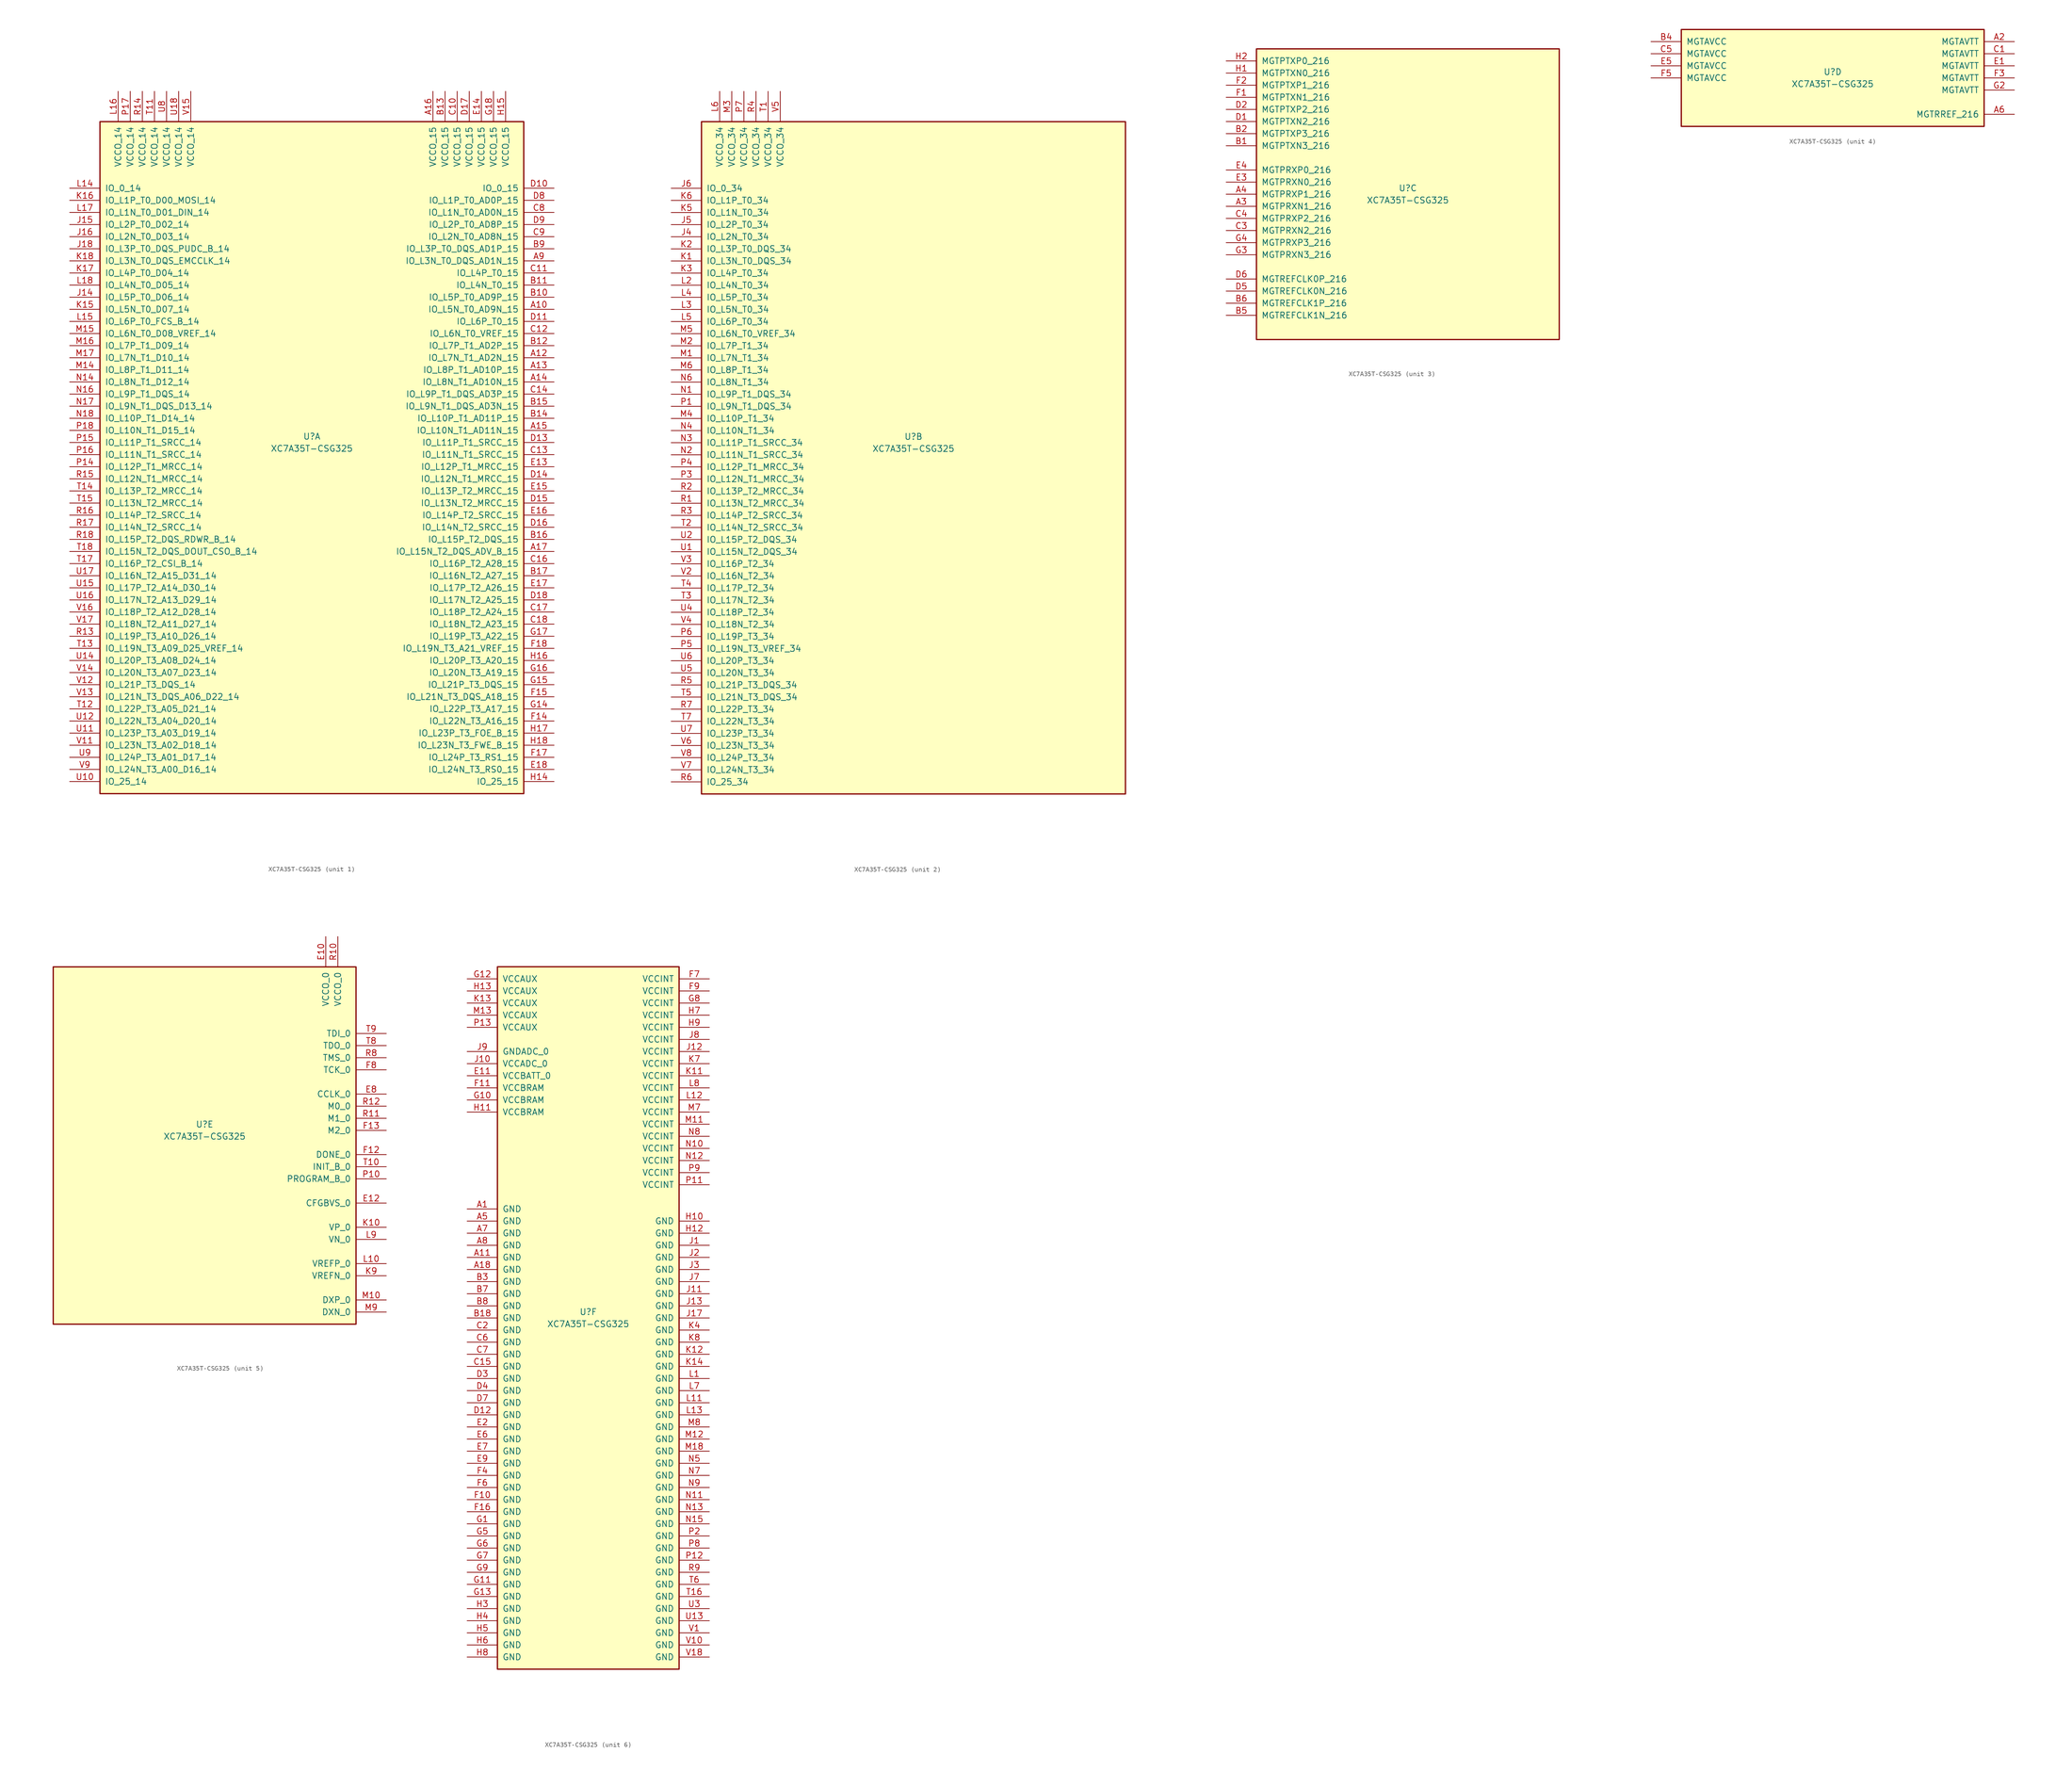
<source format=kicad_sym>
(kicad_symbol_lib
  (version 20201005)
  (generator kicad_symbol_editor)
  (symbol "FPGA_Xilinx_Artix7:XC7A35T-CSG325"
    (pin_names
      (offset 1.016))
    (property "Reference" "U"
      (at 0 1.27 0)
      (effects (font (size 1.27 1.27))))
    (property "Value" "XC7A35T-CSG325"
      (at 0 -1.27 0)
      (effects (font (size 1.27 1.27))))
    (property "Datasheet" ""
      (at 0 0 0)
      (effects (font (size 1.27 1.27))))
    (property "ki_locked" ""
      (at 0 0 0)
      (effects (font (size 1.27 1.27))))
    (symbol "XC7A35T-CSG325_1_1"
      (rectangle (start -44.45 67.31) (end 44.45 -73.66) (stroke (width 0.254)) (fill (type background)))
      (pin power_in line (at -40.64 73.66 270) (length 6.35) (name "VCCO_14" (effects (font (size 1.27 1.27)))) (number "L16" (effects (font (size 1.27 1.27)))))
      (pin power_in line (at -38.1 73.66 270) (length 6.35) (name "VCCO_14" (effects (font (size 1.27 1.27)))) (number "P17" (effects (font (size 1.27 1.27)))))
      (pin power_in line (at -35.56 73.66 270) (length 6.35) (name "VCCO_14" (effects (font (size 1.27 1.27)))) (number "R14" (effects (font (size 1.27 1.27)))))
      (pin power_in line (at -33.02 73.66 270) (length 6.35) (name "VCCO_14" (effects (font (size 1.27 1.27)))) (number "T11" (effects (font (size 1.27 1.27)))))
      (pin power_in line (at -30.48 73.66 270) (length 6.35) (name "VCCO_14" (effects (font (size 1.27 1.27)))) (number "U8" (effects (font (size 1.27 1.27)))))
      (pin power_in line (at -27.94 73.66 270) (length 6.35) (name "VCCO_14" (effects (font (size 1.27 1.27)))) (number "U18" (effects (font (size 1.27 1.27)))))
      (pin power_in line (at -25.4 73.66 270) (length 6.35) (name "VCCO_14" (effects (font (size 1.27 1.27)))) (number "V15" (effects (font (size 1.27 1.27)))))
      (pin bidirectional line (at -50.8 53.34 0) (length 6.35) (name "IO_0_14" (effects (font (size 1.27 1.27)))) (number "L14" (effects (font (size 1.27 1.27)))))
      (pin bidirectional line (at -50.8 50.8 0) (length 6.35) (name "IO_L1P_T0_D00_MOSI_14" (effects (font (size 1.27 1.27)))) (number "K16" (effects (font (size 1.27 1.27)))))
      (pin bidirectional line (at -50.8 48.26 0) (length 6.35) (name "IO_L1N_T0_D01_DIN_14" (effects (font (size 1.27 1.27)))) (number "L17" (effects (font (size 1.27 1.27)))))
      (pin bidirectional line (at -50.8 45.72 0) (length 6.35) (name "IO_L2P_T0_D02_14" (effects (font (size 1.27 1.27)))) (number "J15" (effects (font (size 1.27 1.27)))))
      (pin bidirectional line (at -50.8 43.18 0) (length 6.35) (name "IO_L2N_T0_D03_14" (effects (font (size 1.27 1.27)))) (number "J16" (effects (font (size 1.27 1.27)))))
      (pin bidirectional line (at -50.8 40.64 0) (length 6.35) (name "IO_L3P_T0_DQS_PUDC_B_14" (effects (font (size 1.27 1.27)))) (number "J18" (effects (font (size 1.27 1.27)))))
      (pin bidirectional line (at -50.8 38.1 0) (length 6.35) (name "IO_L3N_T0_DQS_EMCCLK_14" (effects (font (size 1.27 1.27)))) (number "K18" (effects (font (size 1.27 1.27)))))
      (pin bidirectional line (at -50.8 35.56 0) (length 6.35) (name "IO_L4P_T0_D04_14" (effects (font (size 1.27 1.27)))) (number "K17" (effects (font (size 1.27 1.27)))))
      (pin bidirectional line (at -50.8 33.02 0) (length 6.35) (name "IO_L4N_T0_D05_14" (effects (font (size 1.27 1.27)))) (number "L18" (effects (font (size 1.27 1.27)))))
      (pin bidirectional line (at -50.8 30.48 0) (length 6.35) (name "IO_L5P_T0_D06_14" (effects (font (size 1.27 1.27)))) (number "J14" (effects (font (size 1.27 1.27)))))
      (pin bidirectional line (at -50.8 27.94 0) (length 6.35) (name "IO_L5N_T0_D07_14" (effects (font (size 1.27 1.27)))) (number "K15" (effects (font (size 1.27 1.27)))))
      (pin bidirectional line (at -50.8 25.4 0) (length 6.35) (name "IO_L6P_T0_FCS_B_14" (effects (font (size 1.27 1.27)))) (number "L15" (effects (font (size 1.27 1.27)))))
      (pin bidirectional line (at -50.8 22.86 0) (length 6.35) (name "IO_L6N_T0_D08_VREF_14" (effects (font (size 1.27 1.27)))) (number "M15" (effects (font (size 1.27 1.27)))))
      (pin bidirectional line (at -50.8 20.32 0) (length 6.35) (name "IO_L7P_T1_D09_14" (effects (font (size 1.27 1.27)))) (number "M16" (effects (font (size 1.27 1.27)))))
      (pin bidirectional line (at -50.8 17.78 0) (length 6.35) (name "IO_L7N_T1_D10_14" (effects (font (size 1.27 1.27)))) (number "M17" (effects (font (size 1.27 1.27)))))
      (pin bidirectional line (at -50.8 15.24 0) (length 6.35) (name "IO_L8P_T1_D11_14" (effects (font (size 1.27 1.27)))) (number "M14" (effects (font (size 1.27 1.27)))))
      (pin bidirectional line (at -50.8 12.7 0) (length 6.35) (name "IO_L8N_T1_D12_14" (effects (font (size 1.27 1.27)))) (number "N14" (effects (font (size 1.27 1.27)))))
      (pin bidirectional line (at -50.8 10.16 0) (length 6.35) (name "IO_L9P_T1_DQS_14" (effects (font (size 1.27 1.27)))) (number "N16" (effects (font (size 1.27 1.27)))))
      (pin bidirectional line (at -50.8 7.62 0) (length 6.35) (name "IO_L9N_T1_DQS_D13_14" (effects (font (size 1.27 1.27)))) (number "N17" (effects (font (size 1.27 1.27)))))
      (pin bidirectional line (at -50.8 5.08 0) (length 6.35) (name "IO_L10P_T1_D14_14" (effects (font (size 1.27 1.27)))) (number "N18" (effects (font (size 1.27 1.27)))))
      (pin bidirectional line (at -50.8 2.54 0) (length 6.35) (name "IO_L10N_T1_D15_14" (effects (font (size 1.27 1.27)))) (number "P18" (effects (font (size 1.27 1.27)))))
      (pin bidirectional line (at -50.8 0 0) (length 6.35) (name "IO_L11P_T1_SRCC_14" (effects (font (size 1.27 1.27)))) (number "P15" (effects (font (size 1.27 1.27)))))
      (pin bidirectional line (at -50.8 -2.54 0) (length 6.35) (name "IO_L11N_T1_SRCC_14" (effects (font (size 1.27 1.27)))) (number "P16" (effects (font (size 1.27 1.27)))))
      (pin bidirectional line (at -50.8 -5.08 0) (length 6.35) (name "IO_L12P_T1_MRCC_14" (effects (font (size 1.27 1.27)))) (number "P14" (effects (font (size 1.27 1.27)))))
      (pin bidirectional line (at -50.8 -7.62 0) (length 6.35) (name "IO_L12N_T1_MRCC_14" (effects (font (size 1.27 1.27)))) (number "R15" (effects (font (size 1.27 1.27)))))
      (pin bidirectional line (at -50.8 -10.16 0) (length 6.35) (name "IO_L13P_T2_MRCC_14" (effects (font (size 1.27 1.27)))) (number "T14" (effects (font (size 1.27 1.27)))))
      (pin bidirectional line (at -50.8 -12.7 0) (length 6.35) (name "IO_L13N_T2_MRCC_14" (effects (font (size 1.27 1.27)))) (number "T15" (effects (font (size 1.27 1.27)))))
      (pin bidirectional line (at -50.8 -15.24 0) (length 6.35) (name "IO_L14P_T2_SRCC_14" (effects (font (size 1.27 1.27)))) (number "R16" (effects (font (size 1.27 1.27)))))
      (pin bidirectional line (at -50.8 -17.78 0) (length 6.35) (name "IO_L14N_T2_SRCC_14" (effects (font (size 1.27 1.27)))) (number "R17" (effects (font (size 1.27 1.27)))))
      (pin bidirectional line (at -50.8 -20.32 0) (length 6.35) (name "IO_L15P_T2_DQS_RDWR_B_14" (effects (font (size 1.27 1.27)))) (number "R18" (effects (font (size 1.27 1.27)))))
      (pin bidirectional line (at -50.8 -22.86 0) (length 6.35) (name "IO_L15N_T2_DQS_DOUT_CSO_B_14" (effects (font (size 1.27 1.27)))) (number "T18" (effects (font (size 1.27 1.27)))))
      (pin bidirectional line (at -50.8 -25.4 0) (length 6.35) (name "IO_L16P_T2_CSI_B_14" (effects (font (size 1.27 1.27)))) (number "T17" (effects (font (size 1.27 1.27)))))
      (pin bidirectional line (at -50.8 -27.94 0) (length 6.35) (name "IO_L16N_T2_A15_D31_14" (effects (font (size 1.27 1.27)))) (number "U17" (effects (font (size 1.27 1.27)))))
      (pin bidirectional line (at -50.8 -30.48 0) (length 6.35) (name "IO_L17P_T2_A14_D30_14" (effects (font (size 1.27 1.27)))) (number "U15" (effects (font (size 1.27 1.27)))))
      (pin bidirectional line (at -50.8 -33.02 0) (length 6.35) (name "IO_L17N_T2_A13_D29_14" (effects (font (size 1.27 1.27)))) (number "U16" (effects (font (size 1.27 1.27)))))
      (pin bidirectional line (at -50.8 -35.56 0) (length 6.35) (name "IO_L18P_T2_A12_D28_14" (effects (font (size 1.27 1.27)))) (number "V16" (effects (font (size 1.27 1.27)))))
      (pin bidirectional line (at -50.8 -38.1 0) (length 6.35) (name "IO_L18N_T2_A11_D27_14" (effects (font (size 1.27 1.27)))) (number "V17" (effects (font (size 1.27 1.27)))))
      (pin bidirectional line (at -50.8 -40.64 0) (length 6.35) (name "IO_L19P_T3_A10_D26_14" (effects (font (size 1.27 1.27)))) (number "R13" (effects (font (size 1.27 1.27)))))
      (pin bidirectional line (at -50.8 -43.18 0) (length 6.35) (name "IO_L19N_T3_A09_D25_VREF_14" (effects (font (size 1.27 1.27)))) (number "T13" (effects (font (size 1.27 1.27)))))
      (pin bidirectional line (at -50.8 -45.72 0) (length 6.35) (name "IO_L20P_T3_A08_D24_14" (effects (font (size 1.27 1.27)))) (number "U14" (effects (font (size 1.27 1.27)))))
      (pin bidirectional line (at -50.8 -48.26 0) (length 6.35) (name "IO_L20N_T3_A07_D23_14" (effects (font (size 1.27 1.27)))) (number "V14" (effects (font (size 1.27 1.27)))))
      (pin bidirectional line (at -50.8 -50.8 0) (length 6.35) (name "IO_L21P_T3_DQS_14" (effects (font (size 1.27 1.27)))) (number "V12" (effects (font (size 1.27 1.27)))))
      (pin bidirectional line (at -50.8 -53.34 0) (length 6.35) (name "IO_L21N_T3_DQS_A06_D22_14" (effects (font (size 1.27 1.27)))) (number "V13" (effects (font (size 1.27 1.27)))))
      (pin bidirectional line (at -50.8 -55.88 0) (length 6.35) (name "IO_L22P_T3_A05_D21_14" (effects (font (size 1.27 1.27)))) (number "T12" (effects (font (size 1.27 1.27)))))
      (pin bidirectional line (at -50.8 -58.42 0) (length 6.35) (name "IO_L22N_T3_A04_D20_14" (effects (font (size 1.27 1.27)))) (number "U12" (effects (font (size 1.27 1.27)))))
      (pin bidirectional line (at -50.8 -60.96 0) (length 6.35) (name "IO_L23P_T3_A03_D19_14" (effects (font (size 1.27 1.27)))) (number "U11" (effects (font (size 1.27 1.27)))))
      (pin bidirectional line (at -50.8 -63.5 0) (length 6.35) (name "IO_L23N_T3_A02_D18_14" (effects (font (size 1.27 1.27)))) (number "V11" (effects (font (size 1.27 1.27)))))
      (pin bidirectional line (at -50.8 -66.04 0) (length 6.35) (name "IO_L24P_T3_A01_D17_14" (effects (font (size 1.27 1.27)))) (number "U9" (effects (font (size 1.27 1.27)))))
      (pin bidirectional line (at -50.8 -68.58 0) (length 6.35) (name "IO_L24N_T3_A00_D16_14" (effects (font (size 1.27 1.27)))) (number "V9" (effects (font (size 1.27 1.27)))))
      (pin bidirectional line (at -50.8 -71.12 0) (length 6.35) (name "IO_25_14" (effects (font (size 1.27 1.27)))) (number "U10" (effects (font (size 1.27 1.27)))))
      (pin power_in line (at 25.4 73.66 270) (length 6.35) (name "VCCO_15" (effects (font (size 1.27 1.27)))) (number "A16" (effects (font (size 1.27 1.27)))))
      (pin power_in line (at 27.94 73.66 270) (length 6.35) (name "VCCO_15" (effects (font (size 1.27 1.27)))) (number "B13" (effects (font (size 1.27 1.27)))))
      (pin power_in line (at 30.48 73.66 270) (length 6.35) (name "VCCO_15" (effects (font (size 1.27 1.27)))) (number "C10" (effects (font (size 1.27 1.27)))))
      (pin power_in line (at 33.02 73.66 270) (length 6.35) (name "VCCO_15" (effects (font (size 1.27 1.27)))) (number "D17" (effects (font (size 1.27 1.27)))))
      (pin power_in line (at 35.56 73.66 270) (length 6.35) (name "VCCO_15" (effects (font (size 1.27 1.27)))) (number "E14" (effects (font (size 1.27 1.27)))))
      (pin power_in line (at 38.1 73.66 270) (length 6.35) (name "VCCO_15" (effects (font (size 1.27 1.27)))) (number "G18" (effects (font (size 1.27 1.27)))))
      (pin power_in line (at 40.64 73.66 270) (length 6.35) (name "VCCO_15" (effects (font (size 1.27 1.27)))) (number "H15" (effects (font (size 1.27 1.27)))))
      (pin bidirectional line (at 50.8 53.34 180) (length 6.35) (name "IO_0_15" (effects (font (size 1.27 1.27)))) (number "D10" (effects (font (size 1.27 1.27)))))
      (pin bidirectional line (at 50.8 50.8 180) (length 6.35) (name "IO_L1P_T0_AD0P_15" (effects (font (size 1.27 1.27)))) (number "D8" (effects (font (size 1.27 1.27)))))
      (pin bidirectional line (at 50.8 48.26 180) (length 6.35) (name "IO_L1N_T0_AD0N_15" (effects (font (size 1.27 1.27)))) (number "C8" (effects (font (size 1.27 1.27)))))
      (pin bidirectional line (at 50.8 45.72 180) (length 6.35) (name "IO_L2P_T0_AD8P_15" (effects (font (size 1.27 1.27)))) (number "D9" (effects (font (size 1.27 1.27)))))
      (pin bidirectional line (at 50.8 43.18 180) (length 6.35) (name "IO_L2N_T0_AD8N_15" (effects (font (size 1.27 1.27)))) (number "C9" (effects (font (size 1.27 1.27)))))
      (pin bidirectional line (at 50.8 40.64 180) (length 6.35) (name "IO_L3P_T0_DQS_AD1P_15" (effects (font (size 1.27 1.27)))) (number "B9" (effects (font (size 1.27 1.27)))))
      (pin bidirectional line (at 50.8 38.1 180) (length 6.35) (name "IO_L3N_T0_DQS_AD1N_15" (effects (font (size 1.27 1.27)))) (number "A9" (effects (font (size 1.27 1.27)))))
      (pin bidirectional line (at 50.8 35.56 180) (length 6.35) (name "IO_L4P_T0_15" (effects (font (size 1.27 1.27)))) (number "C11" (effects (font (size 1.27 1.27)))))
      (pin bidirectional line (at 50.8 33.02 180) (length 6.35) (name "IO_L4N_T0_15" (effects (font (size 1.27 1.27)))) (number "B11" (effects (font (size 1.27 1.27)))))
      (pin bidirectional line (at 50.8 30.48 180) (length 6.35) (name "IO_L5P_T0_AD9P_15" (effects (font (size 1.27 1.27)))) (number "B10" (effects (font (size 1.27 1.27)))))
      (pin bidirectional line (at 50.8 27.94 180) (length 6.35) (name "IO_L5N_T0_AD9N_15" (effects (font (size 1.27 1.27)))) (number "A10" (effects (font (size 1.27 1.27)))))
      (pin bidirectional line (at 50.8 25.4 180) (length 6.35) (name "IO_L6P_T0_15" (effects (font (size 1.27 1.27)))) (number "D11" (effects (font (size 1.27 1.27)))))
      (pin bidirectional line (at 50.8 22.86 180) (length 6.35) (name "IO_L6N_T0_VREF_15" (effects (font (size 1.27 1.27)))) (number "C12" (effects (font (size 1.27 1.27)))))
      (pin bidirectional line (at 50.8 20.32 180) (length 6.35) (name "IO_L7P_T1_AD2P_15" (effects (font (size 1.27 1.27)))) (number "B12" (effects (font (size 1.27 1.27)))))
      (pin bidirectional line (at 50.8 17.78 180) (length 6.35) (name "IO_L7N_T1_AD2N_15" (effects (font (size 1.27 1.27)))) (number "A12" (effects (font (size 1.27 1.27)))))
      (pin bidirectional line (at 50.8 15.24 180) (length 6.35) (name "IO_L8P_T1_AD10P_15" (effects (font (size 1.27 1.27)))) (number "A13" (effects (font (size 1.27 1.27)))))
      (pin bidirectional line (at 50.8 12.7 180) (length 6.35) (name "IO_L8N_T1_AD10N_15" (effects (font (size 1.27 1.27)))) (number "A14" (effects (font (size 1.27 1.27)))))
      (pin bidirectional line (at 50.8 10.16 180) (length 6.35) (name "IO_L9P_T1_DQS_AD3P_15" (effects (font (size 1.27 1.27)))) (number "C14" (effects (font (size 1.27 1.27)))))
      (pin bidirectional line (at 50.8 7.62 180) (length 6.35) (name "IO_L9N_T1_DQS_AD3N_15" (effects (font (size 1.27 1.27)))) (number "B15" (effects (font (size 1.27 1.27)))))
      (pin bidirectional line (at 50.8 5.08 180) (length 6.35) (name "IO_L10P_T1_AD11P_15" (effects (font (size 1.27 1.27)))) (number "B14" (effects (font (size 1.27 1.27)))))
      (pin bidirectional line (at 50.8 2.54 180) (length 6.35) (name "IO_L10N_T1_AD11N_15" (effects (font (size 1.27 1.27)))) (number "A15" (effects (font (size 1.27 1.27)))))
      (pin bidirectional line (at 50.8 0 180) (length 6.35) (name "IO_L11P_T1_SRCC_15" (effects (font (size 1.27 1.27)))) (number "D13" (effects (font (size 1.27 1.27)))))
      (pin bidirectional line (at 50.8 -2.54 180) (length 6.35) (name "IO_L11N_T1_SRCC_15" (effects (font (size 1.27 1.27)))) (number "C13" (effects (font (size 1.27 1.27)))))
      (pin bidirectional line (at 50.8 -5.08 180) (length 6.35) (name "IO_L12P_T1_MRCC_15" (effects (font (size 1.27 1.27)))) (number "E13" (effects (font (size 1.27 1.27)))))
      (pin bidirectional line (at 50.8 -7.62 180) (length 6.35) (name "IO_L12N_T1_MRCC_15" (effects (font (size 1.27 1.27)))) (number "D14" (effects (font (size 1.27 1.27)))))
      (pin bidirectional line (at 50.8 -10.16 180) (length 6.35) (name "IO_L13P_T2_MRCC_15" (effects (font (size 1.27 1.27)))) (number "E15" (effects (font (size 1.27 1.27)))))
      (pin bidirectional line (at 50.8 -12.7 180) (length 6.35) (name "IO_L13N_T2_MRCC_15" (effects (font (size 1.27 1.27)))) (number "D15" (effects (font (size 1.27 1.27)))))
      (pin bidirectional line (at 50.8 -15.24 180) (length 6.35) (name "IO_L14P_T2_SRCC_15" (effects (font (size 1.27 1.27)))) (number "E16" (effects (font (size 1.27 1.27)))))
      (pin bidirectional line (at 50.8 -17.78 180) (length 6.35) (name "IO_L14N_T2_SRCC_15" (effects (font (size 1.27 1.27)))) (number "D16" (effects (font (size 1.27 1.27)))))
      (pin bidirectional line (at 50.8 -20.32 180) (length 6.35) (name "IO_L15P_T2_DQS_15" (effects (font (size 1.27 1.27)))) (number "B16" (effects (font (size 1.27 1.27)))))
      (pin bidirectional line (at 50.8 -22.86 180) (length 6.35) (name "IO_L15N_T2_DQS_ADV_B_15" (effects (font (size 1.27 1.27)))) (number "A17" (effects (font (size 1.27 1.27)))))
      (pin bidirectional line (at 50.8 -25.4 180) (length 6.35) (name "IO_L16P_T2_A28_15" (effects (font (size 1.27 1.27)))) (number "C16" (effects (font (size 1.27 1.27)))))
      (pin bidirectional line (at 50.8 -27.94 180) (length 6.35) (name "IO_L16N_T2_A27_15" (effects (font (size 1.27 1.27)))) (number "B17" (effects (font (size 1.27 1.27)))))
      (pin bidirectional line (at 50.8 -30.48 180) (length 6.35) (name "IO_L17P_T2_A26_15" (effects (font (size 1.27 1.27)))) (number "E17" (effects (font (size 1.27 1.27)))))
      (pin bidirectional line (at 50.8 -33.02 180) (length 6.35) (name "IO_L17N_T2_A25_15" (effects (font (size 1.27 1.27)))) (number "D18" (effects (font (size 1.27 1.27)))))
      (pin bidirectional line (at 50.8 -35.56 180) (length 6.35) (name "IO_L18P_T2_A24_15" (effects (font (size 1.27 1.27)))) (number "C17" (effects (font (size 1.27 1.27)))))
      (pin bidirectional line (at 50.8 -38.1 180) (length 6.35) (name "IO_L18N_T2_A23_15" (effects (font (size 1.27 1.27)))) (number "C18" (effects (font (size 1.27 1.27)))))
      (pin bidirectional line (at 50.8 -40.64 180) (length 6.35) (name "IO_L19P_T3_A22_15" (effects (font (size 1.27 1.27)))) (number "G17" (effects (font (size 1.27 1.27)))))
      (pin bidirectional line (at 50.8 -43.18 180) (length 6.35) (name "IO_L19N_T3_A21_VREF_15" (effects (font (size 1.27 1.27)))) (number "F18" (effects (font (size 1.27 1.27)))))
      (pin bidirectional line (at 50.8 -45.72 180) (length 6.35) (name "IO_L20P_T3_A20_15" (effects (font (size 1.27 1.27)))) (number "H16" (effects (font (size 1.27 1.27)))))
      (pin bidirectional line (at 50.8 -48.26 180) (length 6.35) (name "IO_L20N_T3_A19_15" (effects (font (size 1.27 1.27)))) (number "G16" (effects (font (size 1.27 1.27)))))
      (pin bidirectional line (at 50.8 -50.8 180) (length 6.35) (name "IO_L21P_T3_DQS_15" (effects (font (size 1.27 1.27)))) (number "G15" (effects (font (size 1.27 1.27)))))
      (pin bidirectional line (at 50.8 -53.34 180) (length 6.35) (name "IO_L21N_T3_DQS_A18_15" (effects (font (size 1.27 1.27)))) (number "F15" (effects (font (size 1.27 1.27)))))
      (pin bidirectional line (at 50.8 -55.88 180) (length 6.35) (name "IO_L22P_T3_A17_15" (effects (font (size 1.27 1.27)))) (number "G14" (effects (font (size 1.27 1.27)))))
      (pin bidirectional line (at 50.8 -58.42 180) (length 6.35) (name "IO_L22N_T3_A16_15" (effects (font (size 1.27 1.27)))) (number "F14" (effects (font (size 1.27 1.27)))))
      (pin bidirectional line (at 50.8 -60.96 180) (length 6.35) (name "IO_L23P_T3_FOE_B_15" (effects (font (size 1.27 1.27)))) (number "H17" (effects (font (size 1.27 1.27)))))
      (pin bidirectional line (at 50.8 -63.5 180) (length 6.35) (name "IO_L23N_T3_FWE_B_15" (effects (font (size 1.27 1.27)))) (number "H18" (effects (font (size 1.27 1.27)))))
      (pin bidirectional line (at 50.8 -66.04 180) (length 6.35) (name "IO_L24P_T3_RS1_15" (effects (font (size 1.27 1.27)))) (number "F17" (effects (font (size 1.27 1.27)))))
      (pin bidirectional line (at 50.8 -68.58 180) (length 6.35) (name "IO_L24N_T3_RS0_15" (effects (font (size 1.27 1.27)))) (number "E18" (effects (font (size 1.27 1.27)))))
      (pin bidirectional line (at 50.8 -71.12 180) (length 6.35) (name "IO_25_15" (effects (font (size 1.27 1.27)))) (number "H14" (effects (font (size 1.27 1.27))))))
    (symbol "XC7A35T-CSG325_2_1"
      (rectangle (start -44.45 67.31) (end 44.45 -73.66) (stroke (width 0.254)) (fill (type background)))
      (pin power_in line (at -40.64 73.66 270) (length 6.35) (name "VCCO_34" (effects (font (size 1.27 1.27)))) (number "L6" (effects (font (size 1.27 1.27)))))
      (pin power_in line (at -38.1 73.66 270) (length 6.35) (name "VCCO_34" (effects (font (size 1.27 1.27)))) (number "M3" (effects (font (size 1.27 1.27)))))
      (pin power_in line (at -35.56 73.66 270) (length 6.35) (name "VCCO_34" (effects (font (size 1.27 1.27)))) (number "P7" (effects (font (size 1.27 1.27)))))
      (pin power_in line (at -33.02 73.66 270) (length 6.35) (name "VCCO_34" (effects (font (size 1.27 1.27)))) (number "R4" (effects (font (size 1.27 1.27)))))
      (pin power_in line (at -30.48 73.66 270) (length 6.35) (name "VCCO_34" (effects (font (size 1.27 1.27)))) (number "T1" (effects (font (size 1.27 1.27)))))
      (pin power_in line (at -27.94 73.66 270) (length 6.35) (name "VCCO_34" (effects (font (size 1.27 1.27)))) (number "V5" (effects (font (size 1.27 1.27)))))
      (pin bidirectional line (at -50.8 53.34 0) (length 6.35) (name "IO_0_34" (effects (font (size 1.27 1.27)))) (number "J6" (effects (font (size 1.27 1.27)))))
      (pin bidirectional line (at -50.8 50.8 0) (length 6.35) (name "IO_L1P_T0_34" (effects (font (size 1.27 1.27)))) (number "K6" (effects (font (size 1.27 1.27)))))
      (pin bidirectional line (at -50.8 48.26 0) (length 6.35) (name "IO_L1N_T0_34" (effects (font (size 1.27 1.27)))) (number "K5" (effects (font (size 1.27 1.27)))))
      (pin bidirectional line (at -50.8 45.72 0) (length 6.35) (name "IO_L2P_T0_34" (effects (font (size 1.27 1.27)))) (number "J5" (effects (font (size 1.27 1.27)))))
      (pin bidirectional line (at -50.8 43.18 0) (length 6.35) (name "IO_L2N_T0_34" (effects (font (size 1.27 1.27)))) (number "J4" (effects (font (size 1.27 1.27)))))
      (pin bidirectional line (at -50.8 40.64 0) (length 6.35) (name "IO_L3P_T0_DQS_34" (effects (font (size 1.27 1.27)))) (number "K2" (effects (font (size 1.27 1.27)))))
      (pin bidirectional line (at -50.8 38.1 0) (length 6.35) (name "IO_L3N_T0_DQS_34" (effects (font (size 1.27 1.27)))) (number "K1" (effects (font (size 1.27 1.27)))))
      (pin bidirectional line (at -50.8 35.56 0) (length 6.35) (name "IO_L4P_T0_34" (effects (font (size 1.27 1.27)))) (number "K3" (effects (font (size 1.27 1.27)))))
      (pin bidirectional line (at -50.8 33.02 0) (length 6.35) (name "IO_L4N_T0_34" (effects (font (size 1.27 1.27)))) (number "L2" (effects (font (size 1.27 1.27)))))
      (pin bidirectional line (at -50.8 30.48 0) (length 6.35) (name "IO_L5P_T0_34" (effects (font (size 1.27 1.27)))) (number "L4" (effects (font (size 1.27 1.27)))))
      (pin bidirectional line (at -50.8 27.94 0) (length 6.35) (name "IO_L5N_T0_34" (effects (font (size 1.27 1.27)))) (number "L3" (effects (font (size 1.27 1.27)))))
      (pin bidirectional line (at -50.8 25.4 0) (length 6.35) (name "IO_L6P_T0_34" (effects (font (size 1.27 1.27)))) (number "L5" (effects (font (size 1.27 1.27)))))
      (pin bidirectional line (at -50.8 22.86 0) (length 6.35) (name "IO_L6N_T0_VREF_34" (effects (font (size 1.27 1.27)))) (number "M5" (effects (font (size 1.27 1.27)))))
      (pin bidirectional line (at -50.8 20.32 0) (length 6.35) (name "IO_L7P_T1_34" (effects (font (size 1.27 1.27)))) (number "M2" (effects (font (size 1.27 1.27)))))
      (pin bidirectional line (at -50.8 17.78 0) (length 6.35) (name "IO_L7N_T1_34" (effects (font (size 1.27 1.27)))) (number "M1" (effects (font (size 1.27 1.27)))))
      (pin bidirectional line (at -50.8 15.24 0) (length 6.35) (name "IO_L8P_T1_34" (effects (font (size 1.27 1.27)))) (number "M6" (effects (font (size 1.27 1.27)))))
      (pin bidirectional line (at -50.8 12.7 0) (length 6.35) (name "IO_L8N_T1_34" (effects (font (size 1.27 1.27)))) (number "N6" (effects (font (size 1.27 1.27)))))
      (pin bidirectional line (at -50.8 10.16 0) (length 6.35) (name "IO_L9P_T1_DQS_34" (effects (font (size 1.27 1.27)))) (number "N1" (effects (font (size 1.27 1.27)))))
      (pin bidirectional line (at -50.8 7.62 0) (length 6.35) (name "IO_L9N_T1_DQS_34" (effects (font (size 1.27 1.27)))) (number "P1" (effects (font (size 1.27 1.27)))))
      (pin bidirectional line (at -50.8 5.08 0) (length 6.35) (name "IO_L10P_T1_34" (effects (font (size 1.27 1.27)))) (number "M4" (effects (font (size 1.27 1.27)))))
      (pin bidirectional line (at -50.8 2.54 0) (length 6.35) (name "IO_L10N_T1_34" (effects (font (size 1.27 1.27)))) (number "N4" (effects (font (size 1.27 1.27)))))
      (pin bidirectional line (at -50.8 0 0) (length 6.35) (name "IO_L11P_T1_SRCC_34" (effects (font (size 1.27 1.27)))) (number "N3" (effects (font (size 1.27 1.27)))))
      (pin bidirectional line (at -50.8 -2.54 0) (length 6.35) (name "IO_L11N_T1_SRCC_34" (effects (font (size 1.27 1.27)))) (number "N2" (effects (font (size 1.27 1.27)))))
      (pin bidirectional line (at -50.8 -5.08 0) (length 6.35) (name "IO_L12P_T1_MRCC_34" (effects (font (size 1.27 1.27)))) (number "P4" (effects (font (size 1.27 1.27)))))
      (pin bidirectional line (at -50.8 -7.62 0) (length 6.35) (name "IO_L12N_T1_MRCC_34" (effects (font (size 1.27 1.27)))) (number "P3" (effects (font (size 1.27 1.27)))))
      (pin bidirectional line (at -50.8 -10.16 0) (length 6.35) (name "IO_L13P_T2_MRCC_34" (effects (font (size 1.27 1.27)))) (number "R2" (effects (font (size 1.27 1.27)))))
      (pin bidirectional line (at -50.8 -12.7 0) (length 6.35) (name "IO_L13N_T2_MRCC_34" (effects (font (size 1.27 1.27)))) (number "R1" (effects (font (size 1.27 1.27)))))
      (pin bidirectional line (at -50.8 -15.24 0) (length 6.35) (name "IO_L14P_T2_SRCC_34" (effects (font (size 1.27 1.27)))) (number "R3" (effects (font (size 1.27 1.27)))))
      (pin bidirectional line (at -50.8 -17.78 0) (length 6.35) (name "IO_L14N_T2_SRCC_34" (effects (font (size 1.27 1.27)))) (number "T2" (effects (font (size 1.27 1.27)))))
      (pin bidirectional line (at -50.8 -20.32 0) (length 6.35) (name "IO_L15P_T2_DQS_34" (effects (font (size 1.27 1.27)))) (number "U2" (effects (font (size 1.27 1.27)))))
      (pin bidirectional line (at -50.8 -22.86 0) (length 6.35) (name "IO_L15N_T2_DQS_34" (effects (font (size 1.27 1.27)))) (number "U1" (effects (font (size 1.27 1.27)))))
      (pin bidirectional line (at -50.8 -25.4 0) (length 6.35) (name "IO_L16P_T2_34" (effects (font (size 1.27 1.27)))) (number "V3" (effects (font (size 1.27 1.27)))))
      (pin bidirectional line (at -50.8 -27.94 0) (length 6.35) (name "IO_L16N_T2_34" (effects (font (size 1.27 1.27)))) (number "V2" (effects (font (size 1.27 1.27)))))
      (pin bidirectional line (at -50.8 -30.48 0) (length 6.35) (name "IO_L17P_T2_34" (effects (font (size 1.27 1.27)))) (number "T4" (effects (font (size 1.27 1.27)))))
      (pin bidirectional line (at -50.8 -33.02 0) (length 6.35) (name "IO_L17N_T2_34" (effects (font (size 1.27 1.27)))) (number "T3" (effects (font (size 1.27 1.27)))))
      (pin bidirectional line (at -50.8 -35.56 0) (length 6.35) (name "IO_L18P_T2_34" (effects (font (size 1.27 1.27)))) (number "U4" (effects (font (size 1.27 1.27)))))
      (pin bidirectional line (at -50.8 -38.1 0) (length 6.35) (name "IO_L18N_T2_34" (effects (font (size 1.27 1.27)))) (number "V4" (effects (font (size 1.27 1.27)))))
      (pin bidirectional line (at -50.8 -40.64 0) (length 6.35) (name "IO_L19P_T3_34" (effects (font (size 1.27 1.27)))) (number "P6" (effects (font (size 1.27 1.27)))))
      (pin bidirectional line (at -50.8 -43.18 0) (length 6.35) (name "IO_L19N_T3_VREF_34" (effects (font (size 1.27 1.27)))) (number "P5" (effects (font (size 1.27 1.27)))))
      (pin bidirectional line (at -50.8 -45.72 0) (length 6.35) (name "IO_L20P_T3_34" (effects (font (size 1.27 1.27)))) (number "U6" (effects (font (size 1.27 1.27)))))
      (pin bidirectional line (at -50.8 -48.26 0) (length 6.35) (name "IO_L20N_T3_34" (effects (font (size 1.27 1.27)))) (number "U5" (effects (font (size 1.27 1.27)))))
      (pin bidirectional line (at -50.8 -50.8 0) (length 6.35) (name "IO_L21P_T3_DQS_34" (effects (font (size 1.27 1.27)))) (number "R5" (effects (font (size 1.27 1.27)))))
      (pin bidirectional line (at -50.8 -53.34 0) (length 6.35) (name "IO_L21N_T3_DQS_34" (effects (font (size 1.27 1.27)))) (number "T5" (effects (font (size 1.27 1.27)))))
      (pin bidirectional line (at -50.8 -55.88 0) (length 6.35) (name "IO_L22P_T3_34" (effects (font (size 1.27 1.27)))) (number "R7" (effects (font (size 1.27 1.27)))))
      (pin bidirectional line (at -50.8 -58.42 0) (length 6.35) (name "IO_L22N_T3_34" (effects (font (size 1.27 1.27)))) (number "T7" (effects (font (size 1.27 1.27)))))
      (pin bidirectional line (at -50.8 -60.96 0) (length 6.35) (name "IO_L23P_T3_34" (effects (font (size 1.27 1.27)))) (number "U7" (effects (font (size 1.27 1.27)))))
      (pin bidirectional line (at -50.8 -63.5 0) (length 6.35) (name "IO_L23N_T3_34" (effects (font (size 1.27 1.27)))) (number "V6" (effects (font (size 1.27 1.27)))))
      (pin bidirectional line (at -50.8 -66.04 0) (length 6.35) (name "IO_L24P_T3_34" (effects (font (size 1.27 1.27)))) (number "V8" (effects (font (size 1.27 1.27)))))
      (pin bidirectional line (at -50.8 -68.58 0) (length 6.35) (name "IO_L24N_T3_34" (effects (font (size 1.27 1.27)))) (number "V7" (effects (font (size 1.27 1.27)))))
      (pin bidirectional line (at -50.8 -71.12 0) (length 6.35) (name "IO_25_34" (effects (font (size 1.27 1.27)))) (number "R6" (effects (font (size 1.27 1.27))))))
    (symbol "XC7A35T-CSG325_3_1"
      (rectangle (start -31.75 30.48) (end 31.75 -30.48) (stroke (width 0.254)) (fill (type background)))
      (pin bidirectional line (at -38.1 27.94 0) (length 6.35) (name "MGTPTXP0_216" (effects (font (size 1.27 1.27)))) (number "H2" (effects (font (size 1.27 1.27)))))
      (pin bidirectional line (at -38.1 25.4 0) (length 6.35) (name "MGTPTXN0_216" (effects (font (size 1.27 1.27)))) (number "H1" (effects (font (size 1.27 1.27)))))
      (pin bidirectional line (at -38.1 22.86 0) (length 6.35) (name "MGTPTXP1_216" (effects (font (size 1.27 1.27)))) (number "F2" (effects (font (size 1.27 1.27)))))
      (pin bidirectional line (at -38.1 20.32 0) (length 6.35) (name "MGTPTXN1_216" (effects (font (size 1.27 1.27)))) (number "F1" (effects (font (size 1.27 1.27)))))
      (pin bidirectional line (at -38.1 17.78 0) (length 6.35) (name "MGTPTXP2_216" (effects (font (size 1.27 1.27)))) (number "D2" (effects (font (size 1.27 1.27)))))
      (pin bidirectional line (at -38.1 15.24 0) (length 6.35) (name "MGTPTXN2_216" (effects (font (size 1.27 1.27)))) (number "D1" (effects (font (size 1.27 1.27)))))
      (pin bidirectional line (at -38.1 12.7 0) (length 6.35) (name "MGTPTXP3_216" (effects (font (size 1.27 1.27)))) (number "B2" (effects (font (size 1.27 1.27)))))
      (pin bidirectional line (at -38.1 10.16 0) (length 6.35) (name "MGTPTXN3_216" (effects (font (size 1.27 1.27)))) (number "B1" (effects (font (size 1.27 1.27)))))
      (pin bidirectional line (at -38.1 5.08 0) (length 6.35) (name "MGTPRXP0_216" (effects (font (size 1.27 1.27)))) (number "E4" (effects (font (size 1.27 1.27)))))
      (pin bidirectional line (at -38.1 2.54 0) (length 6.35) (name "MGTPRXN0_216" (effects (font (size 1.27 1.27)))) (number "E3" (effects (font (size 1.27 1.27)))))
      (pin bidirectional line (at -38.1 0 0) (length 6.35) (name "MGTPRXP1_216" (effects (font (size 1.27 1.27)))) (number "A4" (effects (font (size 1.27 1.27)))))
      (pin bidirectional line (at -38.1 -2.54 0) (length 6.35) (name "MGTPRXN1_216" (effects (font (size 1.27 1.27)))) (number "A3" (effects (font (size 1.27 1.27)))))
      (pin bidirectional line (at -38.1 -5.08 0) (length 6.35) (name "MGTPRXP2_216" (effects (font (size 1.27 1.27)))) (number "C4" (effects (font (size 1.27 1.27)))))
      (pin bidirectional line (at -38.1 -7.62 0) (length 6.35) (name "MGTPRXN2_216" (effects (font (size 1.27 1.27)))) (number "C3" (effects (font (size 1.27 1.27)))))
      (pin bidirectional line (at -38.1 -10.16 0) (length 6.35) (name "MGTPRXP3_216" (effects (font (size 1.27 1.27)))) (number "G4" (effects (font (size 1.27 1.27)))))
      (pin bidirectional line (at -38.1 -12.7 0) (length 6.35) (name "MGTPRXN3_216" (effects (font (size 1.27 1.27)))) (number "G3" (effects (font (size 1.27 1.27)))))
      (pin bidirectional line (at -38.1 -17.78 0) (length 6.35) (name "MGTREFCLK0P_216" (effects (font (size 1.27 1.27)))) (number "D6" (effects (font (size 1.27 1.27)))))
      (pin bidirectional line (at -38.1 -20.32 0) (length 6.35) (name "MGTREFCLK0N_216" (effects (font (size 1.27 1.27)))) (number "D5" (effects (font (size 1.27 1.27)))))
      (pin bidirectional line (at -38.1 -22.86 0) (length 6.35) (name "MGTREFCLK1P_216" (effects (font (size 1.27 1.27)))) (number "B6" (effects (font (size 1.27 1.27)))))
      (pin bidirectional line (at -38.1 -25.4 0) (length 6.35) (name "MGTREFCLK1N_216" (effects (font (size 1.27 1.27)))) (number "B5" (effects (font (size 1.27 1.27))))))
    (symbol "XC7A35T-CSG325_4_1"
      (rectangle (start -31.75 10.16) (end 31.75 -10.16) (stroke (width 0.254)) (fill (type background)))
      (pin power_in line (at -38.1 7.62 0) (length 6.35) (name "MGTAVCC" (effects (font (size 1.27 1.27)))) (number "B4" (effects (font (size 1.27 1.27)))))
      (pin power_in line (at -38.1 5.08 0) (length 6.35) (name "MGTAVCC" (effects (font (size 1.27 1.27)))) (number "C5" (effects (font (size 1.27 1.27)))))
      (pin power_in line (at -38.1 2.54 0) (length 6.35) (name "MGTAVCC" (effects (font (size 1.27 1.27)))) (number "E5" (effects (font (size 1.27 1.27)))))
      (pin power_in line (at -38.1 0 0) (length 6.35) (name "MGTAVCC" (effects (font (size 1.27 1.27)))) (number "F5" (effects (font (size 1.27 1.27)))))
      (pin power_in line (at 38.1 7.62 180) (length 6.35) (name "MGTAVTT" (effects (font (size 1.27 1.27)))) (number "A2" (effects (font (size 1.27 1.27)))))
      (pin power_in line (at 38.1 5.08 180) (length 6.35) (name "MGTAVTT" (effects (font (size 1.27 1.27)))) (number "C1" (effects (font (size 1.27 1.27)))))
      (pin power_in line (at 38.1 2.54 180) (length 6.35) (name "MGTAVTT" (effects (font (size 1.27 1.27)))) (number "E1" (effects (font (size 1.27 1.27)))))
      (pin power_in line (at 38.1 0 180) (length 6.35) (name "MGTAVTT" (effects (font (size 1.27 1.27)))) (number "F3" (effects (font (size 1.27 1.27)))))
      (pin power_in line (at 38.1 -2.54 180) (length 6.35) (name "MGTAVTT" (effects (font (size 1.27 1.27)))) (number "G2" (effects (font (size 1.27 1.27)))))
      (pin power_in line (at 38.1 -7.62 180) (length 6.35) (name "MGTRREF_216" (effects (font (size 1.27 1.27)))) (number "A6" (effects (font (size 1.27 1.27))))))
    (symbol "XC7A35T-CSG325_5_1"
      (rectangle (start -31.75 34.29) (end 31.75 -40.64) (stroke (width 0.254)) (fill (type background)))
      (pin power_in line (at 25.4 40.64 270) (length 6.35) (name "VCCO_0" (effects (font (size 1.27 1.27)))) (number "E10" (effects (font (size 1.27 1.27)))))
      (pin power_in line (at 27.94 40.64 270) (length 6.35) (name "VCCO_0" (effects (font (size 1.27 1.27)))) (number "R10" (effects (font (size 1.27 1.27)))))
      (pin bidirectional line (at 38.1 20.32 180) (length 6.35) (name "TDI_0" (effects (font (size 1.27 1.27)))) (number "T9" (effects (font (size 1.27 1.27)))))
      (pin bidirectional line (at 38.1 17.78 180) (length 6.35) (name "TDO_0" (effects (font (size 1.27 1.27)))) (number "T8" (effects (font (size 1.27 1.27)))))
      (pin bidirectional line (at 38.1 15.24 180) (length 6.35) (name "TMS_0" (effects (font (size 1.27 1.27)))) (number "R8" (effects (font (size 1.27 1.27)))))
      (pin bidirectional line (at 38.1 12.7 180) (length 6.35) (name "TCK_0" (effects (font (size 1.27 1.27)))) (number "F8" (effects (font (size 1.27 1.27)))))
      (pin bidirectional line (at 38.1 7.62 180) (length 6.35) (name "CCLK_0" (effects (font (size 1.27 1.27)))) (number "E8" (effects (font (size 1.27 1.27)))))
      (pin bidirectional line (at 38.1 5.08 180) (length 6.35) (name "M0_0" (effects (font (size 1.27 1.27)))) (number "R12" (effects (font (size 1.27 1.27)))))
      (pin bidirectional line (at 38.1 2.54 180) (length 6.35) (name "M1_0" (effects (font (size 1.27 1.27)))) (number "R11" (effects (font (size 1.27 1.27)))))
      (pin bidirectional line (at 38.1 0 180) (length 6.35) (name "M2_0" (effects (font (size 1.27 1.27)))) (number "F13" (effects (font (size 1.27 1.27)))))
      (pin bidirectional line (at 38.1 -5.08 180) (length 6.35) (name "DONE_0" (effects (font (size 1.27 1.27)))) (number "F12" (effects (font (size 1.27 1.27)))))
      (pin bidirectional line (at 38.1 -7.62 180) (length 6.35) (name "INIT_B_0" (effects (font (size 1.27 1.27)))) (number "T10" (effects (font (size 1.27 1.27)))))
      (pin bidirectional line (at 38.1 -10.16 180) (length 6.35) (name "PROGRAM_B_0" (effects (font (size 1.27 1.27)))) (number "P10" (effects (font (size 1.27 1.27)))))
      (pin bidirectional line (at 38.1 -15.24 180) (length 6.35) (name "CFGBVS_0" (effects (font (size 1.27 1.27)))) (number "E12" (effects (font (size 1.27 1.27)))))
      (pin bidirectional line (at 38.1 -20.32 180) (length 6.35) (name "VP_0" (effects (font (size 1.27 1.27)))) (number "K10" (effects (font (size 1.27 1.27)))))
      (pin bidirectional line (at 38.1 -22.86 180) (length 6.35) (name "VN_0" (effects (font (size 1.27 1.27)))) (number "L9" (effects (font (size 1.27 1.27)))))
      (pin bidirectional line (at 38.1 -27.94 180) (length 6.35) (name "VREFP_0" (effects (font (size 1.27 1.27)))) (number "L10" (effects (font (size 1.27 1.27)))))
      (pin bidirectional line (at 38.1 -30.48 180) (length 6.35) (name "VREFN_0" (effects (font (size 1.27 1.27)))) (number "K9" (effects (font (size 1.27 1.27)))))
      (pin bidirectional line (at 38.1 -35.56 180) (length 6.35) (name "DXP_0" (effects (font (size 1.27 1.27)))) (number "M10" (effects (font (size 1.27 1.27)))))
      (pin bidirectional line (at 38.1 -38.1 180) (length 6.35) (name "DXN_0" (effects (font (size 1.27 1.27)))) (number "M9" (effects (font (size 1.27 1.27))))))
    (symbol "XC7A35T-CSG325_6_1"
      (rectangle (start -19.05 73.66) (end 19.05 -73.66) (stroke (width 0.254)) (fill (type background)))
      (pin power_in line (at -25.4 71.12 0) (length 6.35) (name "VCCAUX" (effects (font (size 1.27 1.27)))) (number "G12" (effects (font (size 1.27 1.27)))))
      (pin power_in line (at -25.4 68.58 0) (length 6.35) (name "VCCAUX" (effects (font (size 1.27 1.27)))) (number "H13" (effects (font (size 1.27 1.27)))))
      (pin power_in line (at -25.4 66.04 0) (length 6.35) (name "VCCAUX" (effects (font (size 1.27 1.27)))) (number "K13" (effects (font (size 1.27 1.27)))))
      (pin power_in line (at -25.4 63.5 0) (length 6.35) (name "VCCAUX" (effects (font (size 1.27 1.27)))) (number "M13" (effects (font (size 1.27 1.27)))))
      (pin power_in line (at -25.4 60.96 0) (length 6.35) (name "VCCAUX" (effects (font (size 1.27 1.27)))) (number "P13" (effects (font (size 1.27 1.27)))))
      (pin power_in line (at -25.4 55.88 0) (length 6.35) (name "GNDADC_0" (effects (font (size 1.27 1.27)))) (number "J9" (effects (font (size 1.27 1.27)))))
      (pin power_in line (at -25.4 53.34 0) (length 6.35) (name "VCCADC_0" (effects (font (size 1.27 1.27)))) (number "J10" (effects (font (size 1.27 1.27)))))
      (pin power_in line (at -25.4 50.8 0) (length 6.35) (name "VCCBATT_0" (effects (font (size 1.27 1.27)))) (number "E11" (effects (font (size 1.27 1.27)))))
      (pin power_in line (at -25.4 48.26 0) (length 6.35) (name "VCCBRAM" (effects (font (size 1.27 1.27)))) (number "F11" (effects (font (size 1.27 1.27)))))
      (pin power_in line (at -25.4 45.72 0) (length 6.35) (name "VCCBRAM" (effects (font (size 1.27 1.27)))) (number "G10" (effects (font (size 1.27 1.27)))))
      (pin power_in line (at -25.4 43.18 0) (length 6.35) (name "VCCBRAM" (effects (font (size 1.27 1.27)))) (number "H11" (effects (font (size 1.27 1.27)))))
      (pin power_in line (at -25.4 22.86 0) (length 6.35) (name "GND" (effects (font (size 1.27 1.27)))) (number "A1" (effects (font (size 1.27 1.27)))))
      (pin power_in line (at -25.4 20.32 0) (length 6.35) (name "GND" (effects (font (size 1.27 1.27)))) (number "A5" (effects (font (size 1.27 1.27)))))
      (pin power_in line (at -25.4 17.78 0) (length 6.35) (name "GND" (effects (font (size 1.27 1.27)))) (number "A7" (effects (font (size 1.27 1.27)))))
      (pin power_in line (at -25.4 15.24 0) (length 6.35) (name "GND" (effects (font (size 1.27 1.27)))) (number "A8" (effects (font (size 1.27 1.27)))))
      (pin power_in line (at -25.4 12.7 0) (length 6.35) (name "GND" (effects (font (size 1.27 1.27)))) (number "A11" (effects (font (size 1.27 1.27)))))
      (pin power_in line (at -25.4 10.16 0) (length 6.35) (name "GND" (effects (font (size 1.27 1.27)))) (number "A18" (effects (font (size 1.27 1.27)))))
      (pin power_in line (at -25.4 7.62 0) (length 6.35) (name "GND" (effects (font (size 1.27 1.27)))) (number "B3" (effects (font (size 1.27 1.27)))))
      (pin power_in line (at -25.4 5.08 0) (length 6.35) (name "GND" (effects (font (size 1.27 1.27)))) (number "B7" (effects (font (size 1.27 1.27)))))
      (pin power_in line (at -25.4 2.54 0) (length 6.35) (name "GND" (effects (font (size 1.27 1.27)))) (number "B8" (effects (font (size 1.27 1.27)))))
      (pin power_in line (at -25.4 0 0) (length 6.35) (name "GND" (effects (font (size 1.27 1.27)))) (number "B18" (effects (font (size 1.27 1.27)))))
      (pin power_in line (at -25.4 -2.54 0) (length 6.35) (name "GND" (effects (font (size 1.27 1.27)))) (number "C2" (effects (font (size 1.27 1.27)))))
      (pin power_in line (at -25.4 -5.08 0) (length 6.35) (name "GND" (effects (font (size 1.27 1.27)))) (number "C6" (effects (font (size 1.27 1.27)))))
      (pin power_in line (at -25.4 -7.62 0) (length 6.35) (name "GND" (effects (font (size 1.27 1.27)))) (number "C7" (effects (font (size 1.27 1.27)))))
      (pin power_in line (at -25.4 -10.16 0) (length 6.35) (name "GND" (effects (font (size 1.27 1.27)))) (number "C15" (effects (font (size 1.27 1.27)))))
      (pin power_in line (at -25.4 -12.7 0) (length 6.35) (name "GND" (effects (font (size 1.27 1.27)))) (number "D3" (effects (font (size 1.27 1.27)))))
      (pin power_in line (at -25.4 -15.24 0) (length 6.35) (name "GND" (effects (font (size 1.27 1.27)))) (number "D4" (effects (font (size 1.27 1.27)))))
      (pin power_in line (at -25.4 -17.78 0) (length 6.35) (name "GND" (effects (font (size 1.27 1.27)))) (number "D7" (effects (font (size 1.27 1.27)))))
      (pin power_in line (at -25.4 -20.32 0) (length 6.35) (name "GND" (effects (font (size 1.27 1.27)))) (number "D12" (effects (font (size 1.27 1.27)))))
      (pin power_in line (at -25.4 -22.86 0) (length 6.35) (name "GND" (effects (font (size 1.27 1.27)))) (number "E2" (effects (font (size 1.27 1.27)))))
      (pin power_in line (at -25.4 -25.4 0) (length 6.35) (name "GND" (effects (font (size 1.27 1.27)))) (number "E6" (effects (font (size 1.27 1.27)))))
      (pin power_in line (at -25.4 -27.94 0) (length 6.35) (name "GND" (effects (font (size 1.27 1.27)))) (number "E7" (effects (font (size 1.27 1.27)))))
      (pin power_in line (at -25.4 -30.48 0) (length 6.35) (name "GND" (effects (font (size 1.27 1.27)))) (number "E9" (effects (font (size 1.27 1.27)))))
      (pin power_in line (at -25.4 -33.02 0) (length 6.35) (name "GND" (effects (font (size 1.27 1.27)))) (number "F4" (effects (font (size 1.27 1.27)))))
      (pin power_in line (at -25.4 -35.56 0) (length 6.35) (name "GND" (effects (font (size 1.27 1.27)))) (number "F6" (effects (font (size 1.27 1.27)))))
      (pin power_in line (at -25.4 -38.1 0) (length 6.35) (name "GND" (effects (font (size 1.27 1.27)))) (number "F10" (effects (font (size 1.27 1.27)))))
      (pin power_in line (at -25.4 -40.64 0) (length 6.35) (name "GND" (effects (font (size 1.27 1.27)))) (number "F16" (effects (font (size 1.27 1.27)))))
      (pin power_in line (at -25.4 -43.18 0) (length 6.35) (name "GND" (effects (font (size 1.27 1.27)))) (number "G1" (effects (font (size 1.27 1.27)))))
      (pin power_in line (at -25.4 -45.72 0) (length 6.35) (name "GND" (effects (font (size 1.27 1.27)))) (number "G5" (effects (font (size 1.27 1.27)))))
      (pin power_in line (at -25.4 -48.26 0) (length 6.35) (name "GND" (effects (font (size 1.27 1.27)))) (number "G6" (effects (font (size 1.27 1.27)))))
      (pin power_in line (at -25.4 -50.8 0) (length 6.35) (name "GND" (effects (font (size 1.27 1.27)))) (number "G7" (effects (font (size 1.27 1.27)))))
      (pin power_in line (at -25.4 -53.34 0) (length 6.35) (name "GND" (effects (font (size 1.27 1.27)))) (number "G9" (effects (font (size 1.27 1.27)))))
      (pin power_in line (at -25.4 -55.88 0) (length 6.35) (name "GND" (effects (font (size 1.27 1.27)))) (number "G11" (effects (font (size 1.27 1.27)))))
      (pin power_in line (at -25.4 -58.42 0) (length 6.35) (name "GND" (effects (font (size 1.27 1.27)))) (number "G13" (effects (font (size 1.27 1.27)))))
      (pin power_in line (at -25.4 -60.96 0) (length 6.35) (name "GND" (effects (font (size 1.27 1.27)))) (number "H3" (effects (font (size 1.27 1.27)))))
      (pin power_in line (at -25.4 -63.5 0) (length 6.35) (name "GND" (effects (font (size 1.27 1.27)))) (number "H4" (effects (font (size 1.27 1.27)))))
      (pin power_in line (at -25.4 -66.04 0) (length 6.35) (name "GND" (effects (font (size 1.27 1.27)))) (number "H5" (effects (font (size 1.27 1.27)))))
      (pin power_in line (at -25.4 -68.58 0) (length 6.35) (name "GND" (effects (font (size 1.27 1.27)))) (number "H6" (effects (font (size 1.27 1.27)))))
      (pin power_in line (at -25.4 -71.12 0) (length 6.35) (name "GND" (effects (font (size 1.27 1.27)))) (number "H8" (effects (font (size 1.27 1.27)))))
      (pin power_in line (at 25.4 71.12 180) (length 6.35) (name "VCCINT" (effects (font (size 1.27 1.27)))) (number "F7" (effects (font (size 1.27 1.27)))))
      (pin power_in line (at 25.4 68.58 180) (length 6.35) (name "VCCINT" (effects (font (size 1.27 1.27)))) (number "F9" (effects (font (size 1.27 1.27)))))
      (pin power_in line (at 25.4 66.04 180) (length 6.35) (name "VCCINT" (effects (font (size 1.27 1.27)))) (number "G8" (effects (font (size 1.27 1.27)))))
      (pin power_in line (at 25.4 63.5 180) (length 6.35) (name "VCCINT" (effects (font (size 1.27 1.27)))) (number "H7" (effects (font (size 1.27 1.27)))))
      (pin power_in line (at 25.4 60.96 180) (length 6.35) (name "VCCINT" (effects (font (size 1.27 1.27)))) (number "H9" (effects (font (size 1.27 1.27)))))
      (pin power_in line (at 25.4 58.42 180) (length 6.35) (name "VCCINT" (effects (font (size 1.27 1.27)))) (number "J8" (effects (font (size 1.27 1.27)))))
      (pin power_in line (at 25.4 55.88 180) (length 6.35) (name "VCCINT" (effects (font (size 1.27 1.27)))) (number "J12" (effects (font (size 1.27 1.27)))))
      (pin power_in line (at 25.4 53.34 180) (length 6.35) (name "VCCINT" (effects (font (size 1.27 1.27)))) (number "K7" (effects (font (size 1.27 1.27)))))
      (pin power_in line (at 25.4 50.8 180) (length 6.35) (name "VCCINT" (effects (font (size 1.27 1.27)))) (number "K11" (effects (font (size 1.27 1.27)))))
      (pin power_in line (at 25.4 48.26 180) (length 6.35) (name "VCCINT" (effects (font (size 1.27 1.27)))) (number "L8" (effects (font (size 1.27 1.27)))))
      (pin power_in line (at 25.4 45.72 180) (length 6.35) (name "VCCINT" (effects (font (size 1.27 1.27)))) (number "L12" (effects (font (size 1.27 1.27)))))
      (pin power_in line (at 25.4 43.18 180) (length 6.35) (name "VCCINT" (effects (font (size 1.27 1.27)))) (number "M7" (effects (font (size 1.27 1.27)))))
      (pin power_in line (at 25.4 40.64 180) (length 6.35) (name "VCCINT" (effects (font (size 1.27 1.27)))) (number "M11" (effects (font (size 1.27 1.27)))))
      (pin power_in line (at 25.4 38.1 180) (length 6.35) (name "VCCINT" (effects (font (size 1.27 1.27)))) (number "N8" (effects (font (size 1.27 1.27)))))
      (pin power_in line (at 25.4 35.56 180) (length 6.35) (name "VCCINT" (effects (font (size 1.27 1.27)))) (number "N10" (effects (font (size 1.27 1.27)))))
      (pin power_in line (at 25.4 33.02 180) (length 6.35) (name "VCCINT" (effects (font (size 1.27 1.27)))) (number "N12" (effects (font (size 1.27 1.27)))))
      (pin power_in line (at 25.4 30.48 180) (length 6.35) (name "VCCINT" (effects (font (size 1.27 1.27)))) (number "P9" (effects (font (size 1.27 1.27)))))
      (pin power_in line (at 25.4 27.94 180) (length 6.35) (name "VCCINT" (effects (font (size 1.27 1.27)))) (number "P11" (effects (font (size 1.27 1.27)))))
      (pin power_in line (at 25.4 20.32 180) (length 6.35) (name "GND" (effects (font (size 1.27 1.27)))) (number "H10" (effects (font (size 1.27 1.27)))))
      (pin power_in line (at 25.4 17.78 180) (length 6.35) (name "GND" (effects (font (size 1.27 1.27)))) (number "H12" (effects (font (size 1.27 1.27)))))
      (pin power_in line (at 25.4 15.24 180) (length 6.35) (name "GND" (effects (font (size 1.27 1.27)))) (number "J1" (effects (font (size 1.27 1.27)))))
      (pin power_in line (at 25.4 12.7 180) (length 6.35) (name "GND" (effects (font (size 1.27 1.27)))) (number "J2" (effects (font (size 1.27 1.27)))))
      (pin power_in line (at 25.4 10.16 180) (length 6.35) (name "GND" (effects (font (size 1.27 1.27)))) (number "J3" (effects (font (size 1.27 1.27)))))
      (pin power_in line (at 25.4 7.62 180) (length 6.35) (name "GND" (effects (font (size 1.27 1.27)))) (number "J7" (effects (font (size 1.27 1.27)))))
      (pin power_in line (at 25.4 5.08 180) (length 6.35) (name "GND" (effects (font (size 1.27 1.27)))) (number "J11" (effects (font (size 1.27 1.27)))))
      (pin power_in line (at 25.4 2.54 180) (length 6.35) (name "GND" (effects (font (size 1.27 1.27)))) (number "J13" (effects (font (size 1.27 1.27)))))
      (pin power_in line (at 25.4 0 180) (length 6.35) (name "GND" (effects (font (size 1.27 1.27)))) (number "J17" (effects (font (size 1.27 1.27)))))
      (pin power_in line (at 25.4 -2.54 180) (length 6.35) (name "GND" (effects (font (size 1.27 1.27)))) (number "K4" (effects (font (size 1.27 1.27)))))
      (pin power_in line (at 25.4 -5.08 180) (length 6.35) (name "GND" (effects (font (size 1.27 1.27)))) (number "K8" (effects (font (size 1.27 1.27)))))
      (pin power_in line (at 25.4 -7.62 180) (length 6.35) (name "GND" (effects (font (size 1.27 1.27)))) (number "K12" (effects (font (size 1.27 1.27)))))
      (pin power_in line (at 25.4 -10.16 180) (length 6.35) (name "GND" (effects (font (size 1.27 1.27)))) (number "K14" (effects (font (size 1.27 1.27)))))
      (pin power_in line (at 25.4 -12.7 180) (length 6.35) (name "GND" (effects (font (size 1.27 1.27)))) (number "L1" (effects (font (size 1.27 1.27)))))
      (pin power_in line (at 25.4 -15.24 180) (length 6.35) (name "GND" (effects (font (size 1.27 1.27)))) (number "L7" (effects (font (size 1.27 1.27)))))
      (pin power_in line (at 25.4 -17.78 180) (length 6.35) (name "GND" (effects (font (size 1.27 1.27)))) (number "L11" (effects (font (size 1.27 1.27)))))
      (pin power_in line (at 25.4 -20.32 180) (length 6.35) (name "GND" (effects (font (size 1.27 1.27)))) (number "L13" (effects (font (size 1.27 1.27)))))
      (pin power_in line (at 25.4 -22.86 180) (length 6.35) (name "GND" (effects (font (size 1.27 1.27)))) (number "M8" (effects (font (size 1.27 1.27)))))
      (pin power_in line (at 25.4 -25.4 180) (length 6.35) (name "GND" (effects (font (size 1.27 1.27)))) (number "M12" (effects (font (size 1.27 1.27)))))
      (pin power_in line (at 25.4 -27.94 180) (length 6.35) (name "GND" (effects (font (size 1.27 1.27)))) (number "M18" (effects (font (size 1.27 1.27)))))
      (pin power_in line (at 25.4 -30.48 180) (length 6.35) (name "GND" (effects (font (size 1.27 1.27)))) (number "N5" (effects (font (size 1.27 1.27)))))
      (pin power_in line (at 25.4 -33.02 180) (length 6.35) (name "GND" (effects (font (size 1.27 1.27)))) (number "N7" (effects (font (size 1.27 1.27)))))
      (pin power_in line (at 25.4 -35.56 180) (length 6.35) (name "GND" (effects (font (size 1.27 1.27)))) (number "N9" (effects (font (size 1.27 1.27)))))
      (pin power_in line (at 25.4 -38.1 180) (length 6.35) (name "GND" (effects (font (size 1.27 1.27)))) (number "N11" (effects (font (size 1.27 1.27)))))
      (pin power_in line (at 25.4 -40.64 180) (length 6.35) (name "GND" (effects (font (size 1.27 1.27)))) (number "N13" (effects (font (size 1.27 1.27)))))
      (pin power_in line (at 25.4 -43.18 180) (length 6.35) (name "GND" (effects (font (size 1.27 1.27)))) (number "N15" (effects (font (size 1.27 1.27)))))
      (pin power_in line (at 25.4 -45.72 180) (length 6.35) (name "GND" (effects (font (size 1.27 1.27)))) (number "P2" (effects (font (size 1.27 1.27)))))
      (pin power_in line (at 25.4 -48.26 180) (length 6.35) (name "GND" (effects (font (size 1.27 1.27)))) (number "P8" (effects (font (size 1.27 1.27)))))
      (pin power_in line (at 25.4 -50.8 180) (length 6.35) (name "GND" (effects (font (size 1.27 1.27)))) (number "P12" (effects (font (size 1.27 1.27)))))
      (pin power_in line (at 25.4 -53.34 180) (length 6.35) (name "GND" (effects (font (size 1.27 1.27)))) (number "R9" (effects (font (size 1.27 1.27)))))
      (pin power_in line (at 25.4 -55.88 180) (length 6.35) (name "GND" (effects (font (size 1.27 1.27)))) (number "T6" (effects (font (size 1.27 1.27)))))
      (pin power_in line (at 25.4 -58.42 180) (length 6.35) (name "GND" (effects (font (size 1.27 1.27)))) (number "T16" (effects (font (size 1.27 1.27)))))
      (pin power_in line (at 25.4 -60.96 180) (length 6.35) (name "GND" (effects (font (size 1.27 1.27)))) (number "U3" (effects (font (size 1.27 1.27)))))
      (pin power_in line (at 25.4 -63.5 180) (length 6.35) (name "GND" (effects (font (size 1.27 1.27)))) (number "U13" (effects (font (size 1.27 1.27)))))
      (pin power_in line (at 25.4 -66.04 180) (length 6.35) (name "GND" (effects (font (size 1.27 1.27)))) (number "V1" (effects (font (size 1.27 1.27)))))
      (pin power_in line (at 25.4 -68.58 180) (length 6.35) (name "GND" (effects (font (size 1.27 1.27)))) (number "V10" (effects (font (size 1.27 1.27)))))
      (pin power_in line (at 25.4 -71.12 180) (length 6.35) (name "GND" (effects (font (size 1.27 1.27)))) (number "V18" (effects (font (size 1.27 1.27))))))))
</source>
